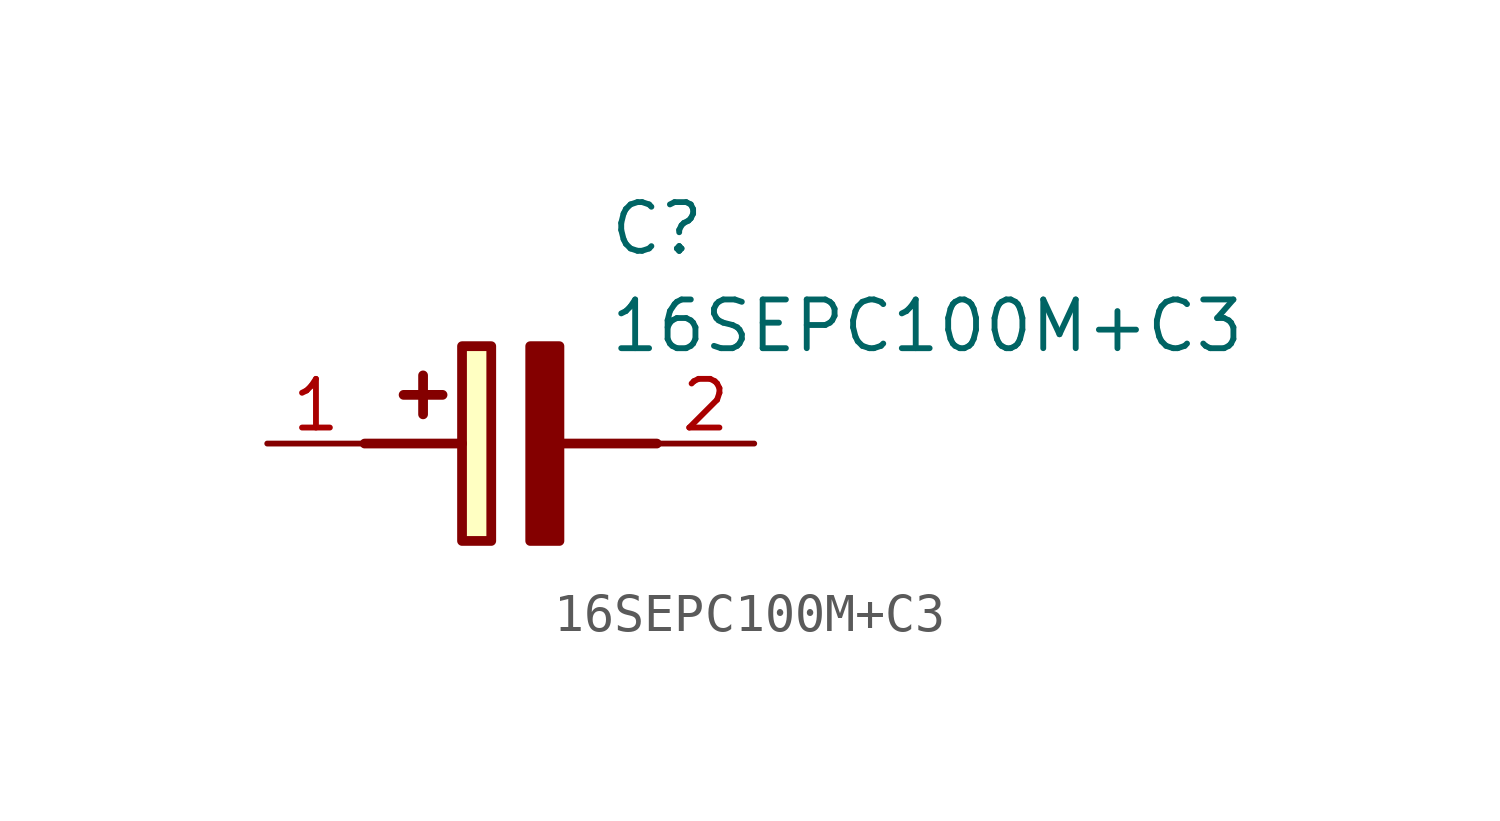
<source format=kicad_sym>
(kicad_symbol_lib
  (version 20211014)
  (generator SamacSys_ECAD_Model)
  (symbol "16SEPC100M+C3"
    (pin_names hide)
    (property "Reference" "C"
      (at 8.89 6.35 0)
      (effects (font (size 1.27 1.27)) (justify left top)))
    (property "Value" "16SEPC100M+C3"
      (at 8.89 3.81 0)
      (effects (font (size 1.27 1.27)) (justify left top)))
    (rectangle
      (start 5.08 2.54)
      (end 5.842 -2.54)
      (stroke (width 0.254) (type default))
      (fill (type background)))
    (polyline
      (pts (xy 4.572 1.27) (xy 3.556 1.27))
      (stroke (width 0.254) (type default))
      (fill (type none)))
    (polyline
      (pts (xy 4.064 1.778) (xy 4.064 0.762))
      (stroke (width 0.254) (type default))
      (fill (type none)))
    (polyline
      (pts (xy 2.54 0) (xy 5.08 0))
      (stroke (width 0.254) (type default))
      (fill (type none)))
    (polyline
      (pts (xy 7.62 0) (xy 10.16 0))
      (stroke (width 0.254) (type default))
      (fill (type none)))
    (polyline
      (pts (xy 7.62 2.54) (xy 7.62 -2.54) (xy 6.858 -2.54) (xy 6.858 2.54) (xy 7.62 2.54))
      (stroke (width 0.254) (type default))
      (fill (type outline)))
    (pin passive line
      (at 0 0 0)
      (length 2.54)
      (name "+" (effects (font (size 1.27 1.27))))
      (number "1" (effects (font (size 1.27 1.27)))))
    (pin passive line
      (at 12.7 0 180)
      (length 2.54)
      (name "-" (effects (font (size 1.27 1.27))))
      (number "2" (effects (font (size 1.27 1.27)))))))
</source>
